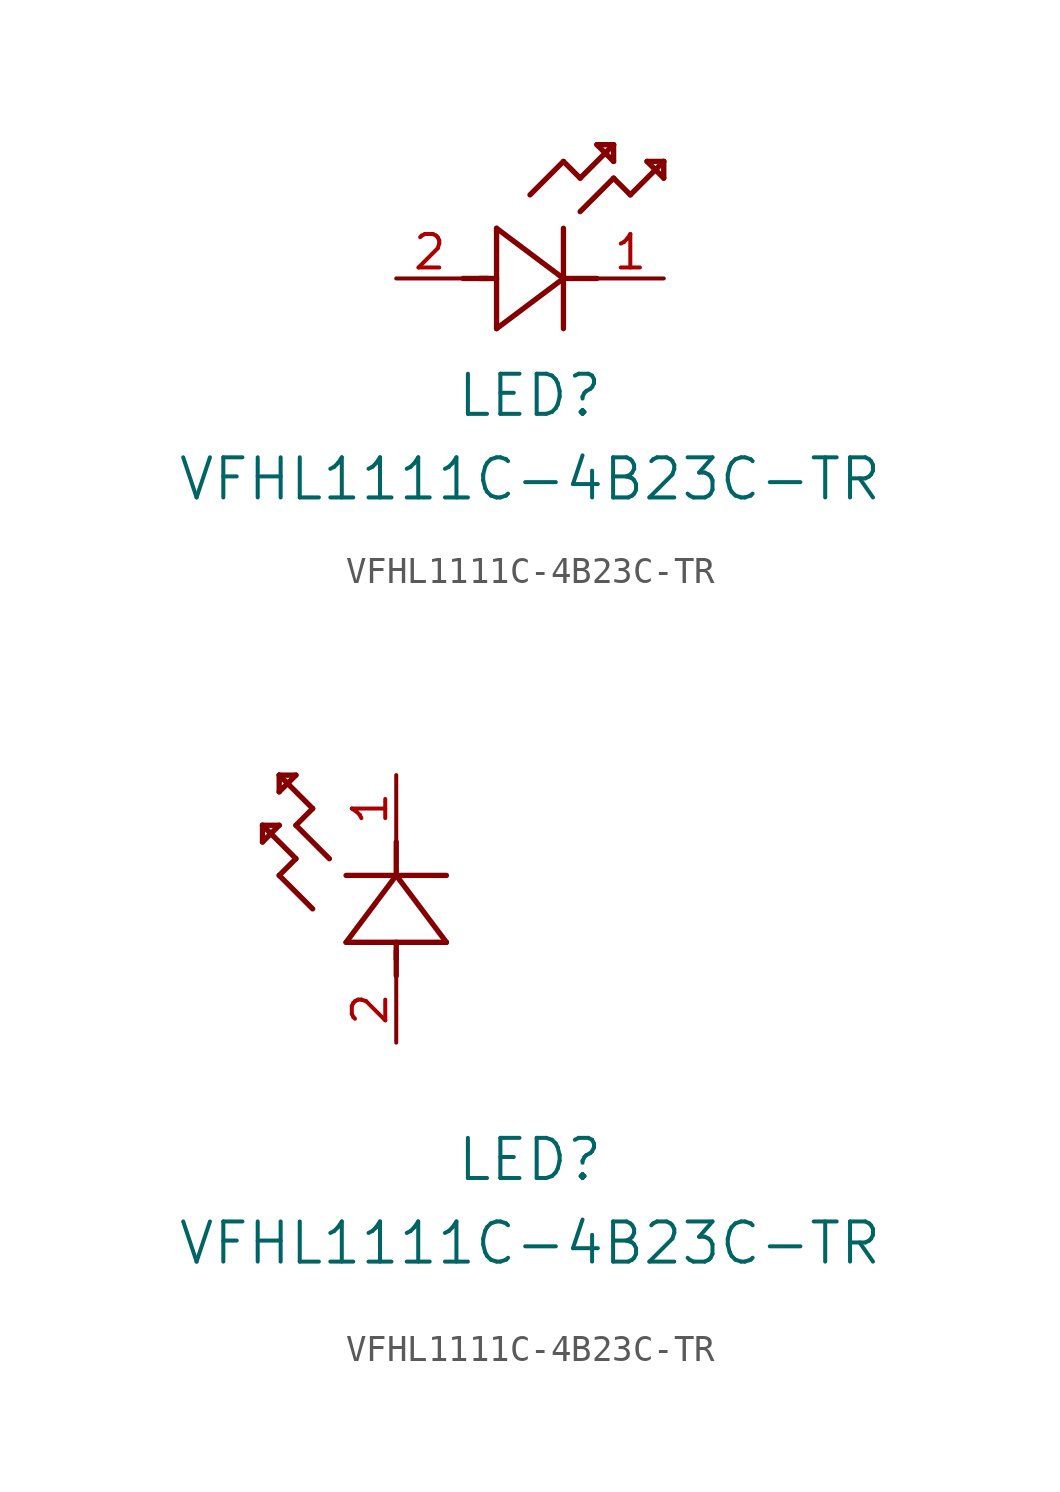
<source format=kicad_sym>
(kicad_symbol_lib
  (version 20220914)
  (generator kicad_symbol_editor)
  (symbol "VFHL1111C-4B23C-TR"
    (pin_names
      (offset 0.254))
    (property "Reference" "LED"
      (at 5.08 -4.445 0)
      (effects (font (size 1.524 1.524))))
    (property "Value" "VFHL1111C-4B23C-TR"
      (at 5.08 -7.62 0)
      (effects (font (size 1.524 1.524))))
    (property "ki_locked" ""
      (at 0 0 0)
      (effects (font (size 1.27 1.27))))
    (symbol "VFHL1111C-4B23C-TR_1_1"
      (polyline (pts (xy 2.54 0) (xy 3.48 0)) (stroke (width 0.203) (type default)) (fill (type none)))
      (polyline (pts (xy 3.175 0) (xy 3.81 0)) (stroke (width 0.203) (type default)) (fill (type none)))
      (polyline (pts (xy 3.81 -1.905) (xy 6.35 0)) (stroke (width 0.203) (type default)) (fill (type none)))
      (polyline (pts (xy 3.81 1.905) (xy 3.81 -1.905)) (stroke (width 0.203) (type default)) (fill (type none)))
      (polyline (pts (xy 5.08 3.175) (xy 6.35 4.445)) (stroke (width 0.203) (type default)) (fill (type none)))
      (polyline (pts (xy 6.35 -1.905) (xy 6.35 1.905)) (stroke (width 0.203) (type default)) (fill (type none)))
      (polyline (pts (xy 6.35 0) (xy 3.81 1.905)) (stroke (width 0.203) (type default)) (fill (type none)))
      (polyline (pts (xy 6.35 0) (xy 7.62 0)) (stroke (width 0.203) (type default)) (fill (type none)))
      (polyline (pts (xy 6.35 4.445) (xy 6.985 3.81)) (stroke (width 0.203) (type default)) (fill (type none)))
      (polyline (pts (xy 6.985 2.54) (xy 8.255 3.81)) (stroke (width 0.203) (type default)) (fill (type none)))
      (polyline (pts (xy 6.985 3.81) (xy 8.255 5.08)) (stroke (width 0.203) (type default)) (fill (type none)))
      (polyline (pts (xy 7.62 5.08) (xy 8.255 4.445)) (stroke (width 0.203) (type default)) (fill (type none)))
      (polyline (pts (xy 8.255 3.81) (xy 8.89 3.175)) (stroke (width 0.203) (type default)) (fill (type none)))
      (polyline (pts (xy 8.255 4.445) (xy 8.255 5.08)) (stroke (width 0.203) (type default)) (fill (type none)))
      (polyline (pts (xy 8.255 5.08) (xy 7.62 5.08)) (stroke (width 0.203) (type default)) (fill (type none)))
      (polyline (pts (xy 8.89 3.175) (xy 10.16 4.445)) (stroke (width 0.203) (type default)) (fill (type none)))
      (polyline (pts (xy 9.525 4.445) (xy 10.16 3.81)) (stroke (width 0.203) (type default)) (fill (type none)))
      (polyline (pts (xy 10.16 3.81) (xy 10.16 4.445)) (stroke (width 0.203) (type default)) (fill (type none)))
      (polyline (pts (xy 10.16 4.445) (xy 9.525 4.445)) (stroke (width 0.203) (type default)) (fill (type none)))
      (pin unspecified line (at 10.16 0 180) (length 2.54) (name "" (effects (font (size 1.27 1.27)))) (number "1" (effects (font (size 1.27 1.27)))))
      (pin unspecified line (at 0 0 0) (length 2.54) (name "" (effects (font (size 1.27 1.27)))) (number "2" (effects (font (size 1.27 1.27))))))
    (symbol "VFHL1111C-4B23C-TR_1_2"
      (polyline (pts (xy -5.08 7.62) (xy -4.445 8.255)) (stroke (width 0.203) (type default)) (fill (type none)))
      (polyline (pts (xy -5.08 8.255) (xy -5.08 7.62)) (stroke (width 0.203) (type default)) (fill (type none)))
      (polyline (pts (xy -4.445 6.35) (xy -3.81 6.985)) (stroke (width 0.203) (type default)) (fill (type none)))
      (polyline (pts (xy -4.445 8.255) (xy -5.08 8.255)) (stroke (width 0.203) (type default)) (fill (type none)))
      (polyline (pts (xy -4.445 9.525) (xy -3.81 10.16)) (stroke (width 0.203) (type default)) (fill (type none)))
      (polyline (pts (xy -4.445 10.16) (xy -4.445 9.525)) (stroke (width 0.203) (type default)) (fill (type none)))
      (polyline (pts (xy -3.81 6.985) (xy -5.08 8.255)) (stroke (width 0.203) (type default)) (fill (type none)))
      (polyline (pts (xy -3.81 8.255) (xy -3.175 8.89)) (stroke (width 0.203) (type default)) (fill (type none)))
      (polyline (pts (xy -3.81 10.16) (xy -4.445 10.16)) (stroke (width 0.203) (type default)) (fill (type none)))
      (polyline (pts (xy -3.175 5.08) (xy -4.445 6.35)) (stroke (width 0.203) (type default)) (fill (type none)))
      (polyline (pts (xy -3.175 8.89) (xy -4.445 10.16)) (stroke (width 0.203) (type default)) (fill (type none)))
      (polyline (pts (xy -2.54 6.985) (xy -3.81 8.255)) (stroke (width 0.203) (type default)) (fill (type none)))
      (polyline (pts (xy -1.905 3.81) (xy 1.905 3.81)) (stroke (width 0.203) (type default)) (fill (type none)))
      (polyline (pts (xy 0 2.54) (xy 0 3.48)) (stroke (width 0.203) (type default)) (fill (type none)))
      (polyline (pts (xy 0 3.175) (xy 0 3.81)) (stroke (width 0.203) (type default)) (fill (type none)))
      (polyline (pts (xy 0 6.35) (xy -1.905 3.81)) (stroke (width 0.203) (type default)) (fill (type none)))
      (polyline (pts (xy 0 6.35) (xy 0 7.62)) (stroke (width 0.203) (type default)) (fill (type none)))
      (polyline (pts (xy 1.905 3.81) (xy 0 6.35)) (stroke (width 0.203) (type default)) (fill (type none)))
      (polyline (pts (xy 1.905 6.35) (xy -1.905 6.35)) (stroke (width 0.203) (type default)) (fill (type none)))
      (pin unspecified line (at 0 10.16 270) (length 2.54) (name "" (effects (font (size 1.27 1.27)))) (number "1" (effects (font (size 1.27 1.27)))))
      (pin unspecified line (at 0 0 90) (length 2.54) (name "" (effects (font (size 1.27 1.27)))) (number "2" (effects (font (size 1.27 1.27))))))))
</source>
